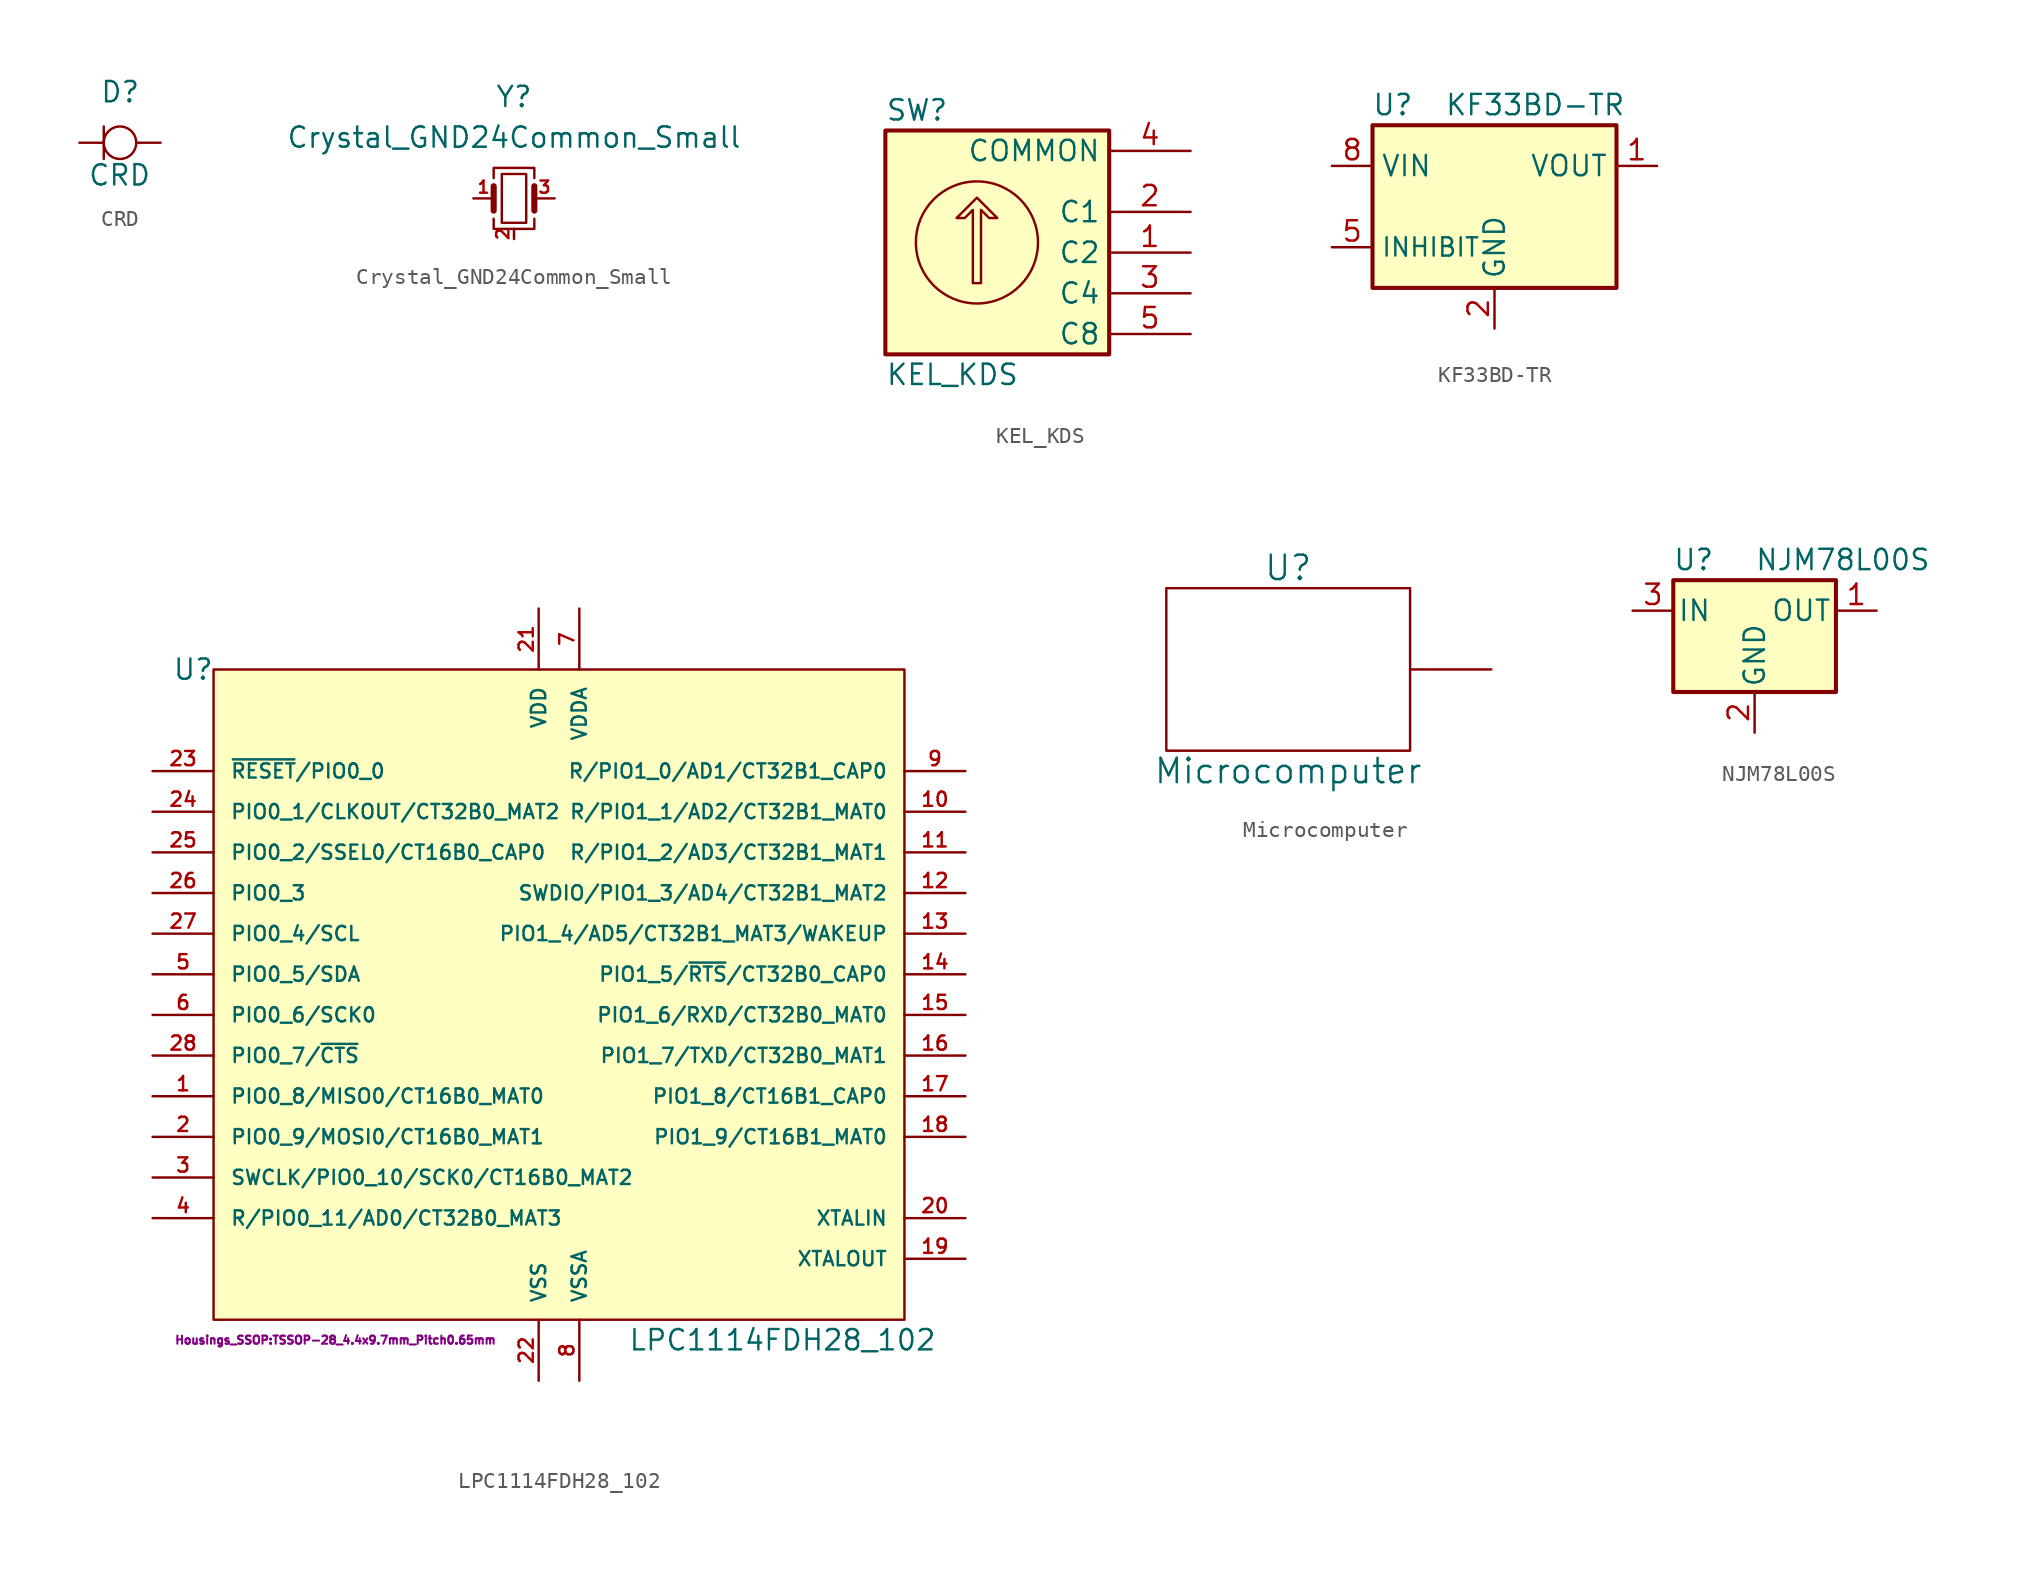
<source format=kicad_sym>
(kicad_symbol_lib
  (version 20220914)
  (generator kicad_symbol_editor)
  (symbol "CRD"
    (pin_numbers hide)
    (pin_names
      (offset 0.254) hide)
    (property "Reference" "D"
      (at -1.27 3.175 0)
      (effects (font (size 1.27 1.27)) (justify left)))
    (property "Value" "CRD"
      (at -2.032 -2.032 0)
      (effects (font (size 1.27 1.27)) (justify left)))
    (symbol "CRD_0_1"
      (polyline (pts (xy -1.016 -1.016) (xy -1.016 1.016)) (stroke (width 0) (type solid)) (fill (type none)))
      (circle (center 0 0) (radius 1.016) (stroke (width 0) (type solid)) (fill (type none))))
    (symbol "CRD_1_1"
      (pin passive line (at -2.54 0 0) (length 1.524) (name "K" (effects (font (size 1.27 1.27)))) (number "1" (effects (font (size 1.27 1.27)))))
      (pin passive line (at 2.54 0 180) (length 1.524) (name "A" (effects (font (size 1.27 1.27)))) (number "2" (effects (font (size 1.27 1.27)))))))
  (symbol "Crystal_GND24Common_Small"
    (pin_names
      (offset 1.016) hide)
    (property "Reference" "Y"
      (at 0 6.35 0)
      (effects (font (size 1.27 1.27))))
    (property "Value" "Crystal_GND24Common_Small"
      (at 0 3.81 0)
      (effects (font (size 1.27 1.27))))
    (symbol "Crystal_GND24Common_Small_0_1"
      (rectangle (start -0.762 -1.524) (end 0.762 1.524) (stroke (width 0) (type solid)) (fill (type none)))
      (polyline (pts (xy -1.27 -0.762) (xy -1.27 0.762)) (stroke (width 0.381) (type solid)) (fill (type none)))
      (polyline (pts (xy 1.27 -0.762) (xy 1.27 0.762)) (stroke (width 0.381) (type solid)) (fill (type none)))
      (polyline (pts (xy -1.27 -1.27) (xy -1.27 -1.905) (xy 1.27 -1.905) (xy 1.27 -1.27)) (stroke (width 0) (type solid)) (fill (type none)))
      (polyline (pts (xy -1.27 1.27) (xy -1.27 1.905) (xy 1.27 1.905) (xy 1.27 1.27)) (stroke (width 0) (type solid)) (fill (type none))))
    (symbol "Crystal_GND24Common_Small_1_1"
      (pin passive line (at -2.54 0 0) (length 1.27) (name "1" (effects (font (size 1.27 1.27)))) (number "1" (effects (font (size 0.762 0.762)))))
      (pin passive line (at 0 -2.54 90) (length 0.635) (name "2" (effects (font (size 1.27 1.27)))) (number "2" (effects (font (size 0.762 0.762)))))
      (pin passive line (at 2.54 0 180) (length 1.27) (name "3" (effects (font (size 1.27 1.27)))) (number "3" (effects (font (size 0.762 0.762)))))
      (pin passive line (at 0 -2.54 90) (length 0.635) hide (name "4" (effects (font (size 1.27 1.27)))) (number "4" (effects (font (size 0.762 0.762)))))))
  (symbol "KEL_KDS"
    (property "Reference" "SW"
      (at -6.35 8.89 0)
      (effects (font (size 1.27 1.27)) (justify left)))
    (property "Value" "KEL_KDS"
      (at -6.35 -7.62 0)
      (effects (font (size 1.27 1.27)) (justify left)))
    (symbol "KEL_KDS_0_1"
      (circle (center -0.635 0.635) (radius 3.81) (stroke (width 0) (type solid)) (fill (type none)))
      (polyline (pts (xy -0.889 -1.905) (xy -0.889 2.667) (xy -1.397 2.159) (xy -1.905 2.159) (xy -0.635 3.429) (xy 0.635 2.159) (xy 0.127 2.159) (xy -0.381 2.667) (xy -0.381 -1.905) (xy -0.889 -1.905) (xy -0.889 -1.905)) (stroke (width 0) (type solid)) (fill (type none)))
      (rectangle (start 7.62 7.62) (end -6.35 -6.35) (stroke (width 0.254) (type solid)) (fill (type background))))
    (symbol "KEL_KDS_1_1"
      (pin passive line (at 12.7 0 180) (length 5.08) (name "C2" (effects (font (size 1.27 1.27)))) (number "1" (effects (font (size 1.27 1.27)))))
      (pin passive line (at 12.7 2.54 180) (length 5.08) (name "C1" (effects (font (size 1.27 1.27)))) (number "2" (effects (font (size 1.27 1.27)))))
      (pin passive line (at 12.7 -2.54 180) (length 5.08) (name "C4" (effects (font (size 1.27 1.27)))) (number "3" (effects (font (size 1.27 1.27)))))
      (pin passive line (at 12.7 6.35 180) (length 5.08) (name "COMMON" (effects (font (size 1.27 1.27)))) (number "4" (effects (font (size 1.27 1.27)))))
      (pin passive line (at 12.7 -5.08 180) (length 5.08) (name "C8" (effects (font (size 1.27 1.27)))) (number "5" (effects (font (size 1.27 1.27)))))))
  (symbol "KF33BD-TR"
    (property "Reference" "U"
      (at -6.35 6.35 0)
      (effects (font (size 1.27 1.27))))
    (property "Value" "KF33BD-TR"
      (at 2.54 6.35 0)
      (effects (font (size 1.27 1.27))))
    (symbol "KF33BD-TR_1_1"
      (rectangle (start -7.62 5.08) (end 7.62 -5.08) (stroke (width 0.254) (type solid)) (fill (type background)))
      (pin power_out line (at 10.16 2.54 180) (length 2.54) (name "VOUT" (effects (font (size 1.27 1.27)))) (number "1" (effects (font (size 1.27 1.27)))))
      (pin power_in line (at 0 -7.62 90) (length 2.54) (name "GND" (effects (font (size 1.27 1.27)))) (number "2" (effects (font (size 1.27 1.27)))))
      (pin power_in line (at 0 -7.62 90) (length 2.54) hide (name "GND" (effects (font (size 1.27 1.27)))) (number "3" (effects (font (size 1.27 1.27)))))
      (pin no_connect line (at 10.16 -2.54 180) (length 2.54) hide (name "NC" (effects (font (size 1.27 1.27)))) (number "4" (effects (font (size 1.27 1.27)))))
      (pin input line (at -10.16 -2.54 0) (length 2.54) (name "INHIBIT" (effects (font (size 1.143 1.143)))) (number "5" (effects (font (size 1.27 1.27)))))
      (pin power_in line (at 0 -7.62 90) (length 2.54) hide (name "GND" (effects (font (size 1.27 1.27)))) (number "6" (effects (font (size 1.27 1.27)))))
      (pin power_in line (at 0 -7.62 90) (length 2.54) hide (name "GND" (effects (font (size 1.27 1.27)))) (number "7" (effects (font (size 1.27 1.27)))))
      (pin power_in line (at -10.16 2.54 0) (length 2.54) (name "VIN" (effects (font (size 1.27 1.27)))) (number "8" (effects (font (size 1.27 1.27)))))))
  (symbol "LPC1114FDH28_102"
    (pin_names
      (offset 1.016))
    (property "Reference" "U"
      (at -22.86 20.32 0)
      (effects (font (size 1.27 1.27))))
    (property "Value" "LPC1114FDH28_102"
      (at 13.97 -21.59 0)
      (effects (font (size 1.27 1.27))))
    (property "Footprint" "Housings_SSOP:TSSOP-28_4.4x9.7mm_Pitch0.65mm"
      (at -13.97 -21.59 0)
      (effects (font (size 0.508 0.508))))
    (property "Datasheet" ""
      (at -1.27 -1.27 0)
      (effects (font (size 1.27 1.27))))
    (symbol "LPC1114FDH28_102_1_1"
      (rectangle (start -21.59 20.32) (end 21.59 -20.32) (stroke (width 0) (type solid)) (fill (type background)))
      (pin bidirectional line (at -25.4 -6.35 0) (length 3.81) (name "PIO0_8/MISO0/CT16B0_MAT0" (effects (font (size 0.889 0.889)))) (number "1" (effects (font (size 0.889 0.889)))))
      (pin bidirectional line (at 25.4 11.43 180) (length 3.81) (name "R/PIO1_1/AD2/CT32B1_MAT0" (effects (font (size 0.889 0.889)))) (number "10" (effects (font (size 0.889 0.889)))))
      (pin bidirectional line (at 25.4 8.89 180) (length 3.81) (name "R/PIO1_2/AD3/CT32B1_MAT1" (effects (font (size 0.889 0.889)))) (number "11" (effects (font (size 0.889 0.889)))))
      (pin bidirectional line (at 25.4 6.35 180) (length 3.81) (name "SWDIO/PIO1_3/AD4/CT32B1_MAT2" (effects (font (size 0.889 0.889)))) (number "12" (effects (font (size 0.889 0.889)))))
      (pin bidirectional line (at 25.4 3.81 180) (length 3.81) (name "PIO1_4/AD5/CT32B1_MAT3/WAKEUP" (effects (font (size 0.889 0.889)))) (number "13" (effects (font (size 0.889 0.889)))))
      (pin bidirectional line (at 25.4 1.27 180) (length 3.81) (name "PIO1_5/~{RTS}/CT32B0_CAP0" (effects (font (size 0.889 0.889)))) (number "14" (effects (font (size 0.889 0.889)))))
      (pin bidirectional line (at 25.4 -1.27 180) (length 3.81) (name "PIO1_6/RXD/CT32B0_MAT0" (effects (font (size 0.889 0.889)))) (number "15" (effects (font (size 0.889 0.889)))))
      (pin bidirectional line (at 25.4 -3.81 180) (length 3.81) (name "PIO1_7/TXD/CT32B0_MAT1" (effects (font (size 0.889 0.889)))) (number "16" (effects (font (size 0.889 0.889)))))
      (pin bidirectional line (at 25.4 -6.35 180) (length 3.81) (name "PIO1_8/CT16B1_CAP0" (effects (font (size 0.889 0.889)))) (number "17" (effects (font (size 0.889 0.889)))))
      (pin bidirectional line (at 25.4 -8.89 180) (length 3.81) (name "PIO1_9/CT16B1_MAT0" (effects (font (size 0.889 0.889)))) (number "18" (effects (font (size 0.889 0.889)))))
      (pin input line (at 25.4 -16.51 180) (length 3.81) (name "XTALOUT" (effects (font (size 0.889 0.889)))) (number "19" (effects (font (size 0.889 0.889)))))
      (pin bidirectional line (at -25.4 -8.89 0) (length 3.81) (name "PIO0_9/MOSI0/CT16B0_MAT1" (effects (font (size 0.889 0.889)))) (number "2" (effects (font (size 0.889 0.889)))))
      (pin input line (at 25.4 -13.97 180) (length 3.81) (name "XTALIN" (effects (font (size 0.889 0.889)))) (number "20" (effects (font (size 0.889 0.889)))))
      (pin power_in line (at -1.27 24.13 270) (length 3.81) (name "VDD" (effects (font (size 0.889 0.889)))) (number "21" (effects (font (size 0.889 0.889)))))
      (pin power_in line (at -1.27 -24.13 90) (length 3.81) (name "VSS" (effects (font (size 0.889 0.889)))) (number "22" (effects (font (size 0.889 0.889)))))
      (pin bidirectional line (at -25.4 13.97 0) (length 3.81) (name "~{RESET}/PIO0_0" (effects (font (size 0.889 0.889)))) (number "23" (effects (font (size 0.889 0.889)))))
      (pin bidirectional line (at -25.4 11.43 0) (length 3.81) (name "PIO0_1/CLKOUT/CT32B0_MAT2" (effects (font (size 0.889 0.889)))) (number "24" (effects (font (size 0.889 0.889)))))
      (pin bidirectional line (at -25.4 8.89 0) (length 3.81) (name "PIO0_2/SSEL0/CT16B0_CAP0" (effects (font (size 0.889 0.889)))) (number "25" (effects (font (size 0.889 0.889)))))
      (pin bidirectional line (at -25.4 6.35 0) (length 3.81) (name "PIO0_3" (effects (font (size 0.889 0.889)))) (number "26" (effects (font (size 0.889 0.889)))))
      (pin bidirectional line (at -25.4 3.81 0) (length 3.81) (name "PIO0_4/SCL" (effects (font (size 0.889 0.889)))) (number "27" (effects (font (size 0.889 0.889)))))
      (pin bidirectional line (at -25.4 -3.81 0) (length 3.81) (name "PIO0_7/~{CTS}" (effects (font (size 0.889 0.889)))) (number "28" (effects (font (size 0.889 0.889)))))
      (pin bidirectional line (at -25.4 -11.43 0) (length 3.81) (name "SWCLK/PIO0_10/SCK0/CT16B0_MAT2" (effects (font (size 0.889 0.889)))) (number "3" (effects (font (size 0.889 0.889)))))
      (pin bidirectional line (at -25.4 -13.97 0) (length 3.81) (name "R/PIO0_11/AD0/CT32B0_MAT3" (effects (font (size 0.889 0.889)))) (number "4" (effects (font (size 0.889 0.889)))))
      (pin bidirectional line (at -25.4 1.27 0) (length 3.81) (name "PIO0_5/SDA" (effects (font (size 0.889 0.889)))) (number "5" (effects (font (size 0.889 0.889)))))
      (pin bidirectional line (at -25.4 -1.27 0) (length 3.81) (name "PIO0_6/SCK0" (effects (font (size 0.889 0.889)))) (number "6" (effects (font (size 0.889 0.889)))))
      (pin power_in line (at 1.27 24.13 270) (length 3.81) (name "VDDA" (effects (font (size 0.889 0.889)))) (number "7" (effects (font (size 0.889 0.889)))))
      (pin power_in line (at 1.27 -24.13 90) (length 3.81) (name "VSSA" (effects (font (size 0.889 0.889)))) (number "8" (effects (font (size 0.889 0.889)))))
      (pin bidirectional line (at 25.4 13.97 180) (length 3.81) (name "R/PIO1_0/AD1/CT32B1_CAP0" (effects (font (size 0.889 0.889)))) (number "9" (effects (font (size 0.889 0.889)))))))
  (symbol "Microcomputer"
    (pin_names
      (offset 1.016))
    (property "Reference" "U"
      (at 0 6.35 0)
      (effects (font (size 1.524 1.524))))
    (property "Value" "Microcomputer"
      (at 0 -6.35 0)
      (effects (font (size 1.524 1.524))))
    (symbol "Microcomputer_0_1"
      (rectangle (start -7.62 5.08) (end 7.62 -5.08) (stroke (width 0) (type solid)) (fill (type none))))
    (symbol "Microcomputer_1_1"
      (pin input line (at 12.7 0 180) (length 5.08) (name "~" (effects (font (size 1.27 1.27)))) (number "~" (effects (font (size 1.27 1.27)))))))
  (symbol "NJM78L00S"
    (pin_names
      (offset 0.254))
    (property "Reference" "U"
      (at -3.81 3.175 0)
      (effects (font (size 1.27 1.27))))
    (property "Value" "NJM78L00S"
      (at 0 3.175 0)
      (effects (font (size 1.27 1.27)) (justify left)))
    (symbol "NJM78L00S_0_1"
      (rectangle (start -5.08 1.905) (end 5.08 -5.08) (stroke (width 0.254) (type solid)) (fill (type background))))
    (symbol "NJM78L00S_1_1"
      (pin power_out line (at 7.62 0 180) (length 2.54) (name "OUT" (effects (font (size 1.27 1.27)))) (number "1" (effects (font (size 1.27 1.27)))))
      (pin power_in line (at 0 -7.62 90) (length 2.54) (name "GND" (effects (font (size 1.27 1.27)))) (number "2" (effects (font (size 1.27 1.27)))))
      (pin power_in line (at -7.62 0 0) (length 2.54) (name "IN" (effects (font (size 1.27 1.27)))) (number "3" (effects (font (size 1.27 1.27))))))))
</source>
